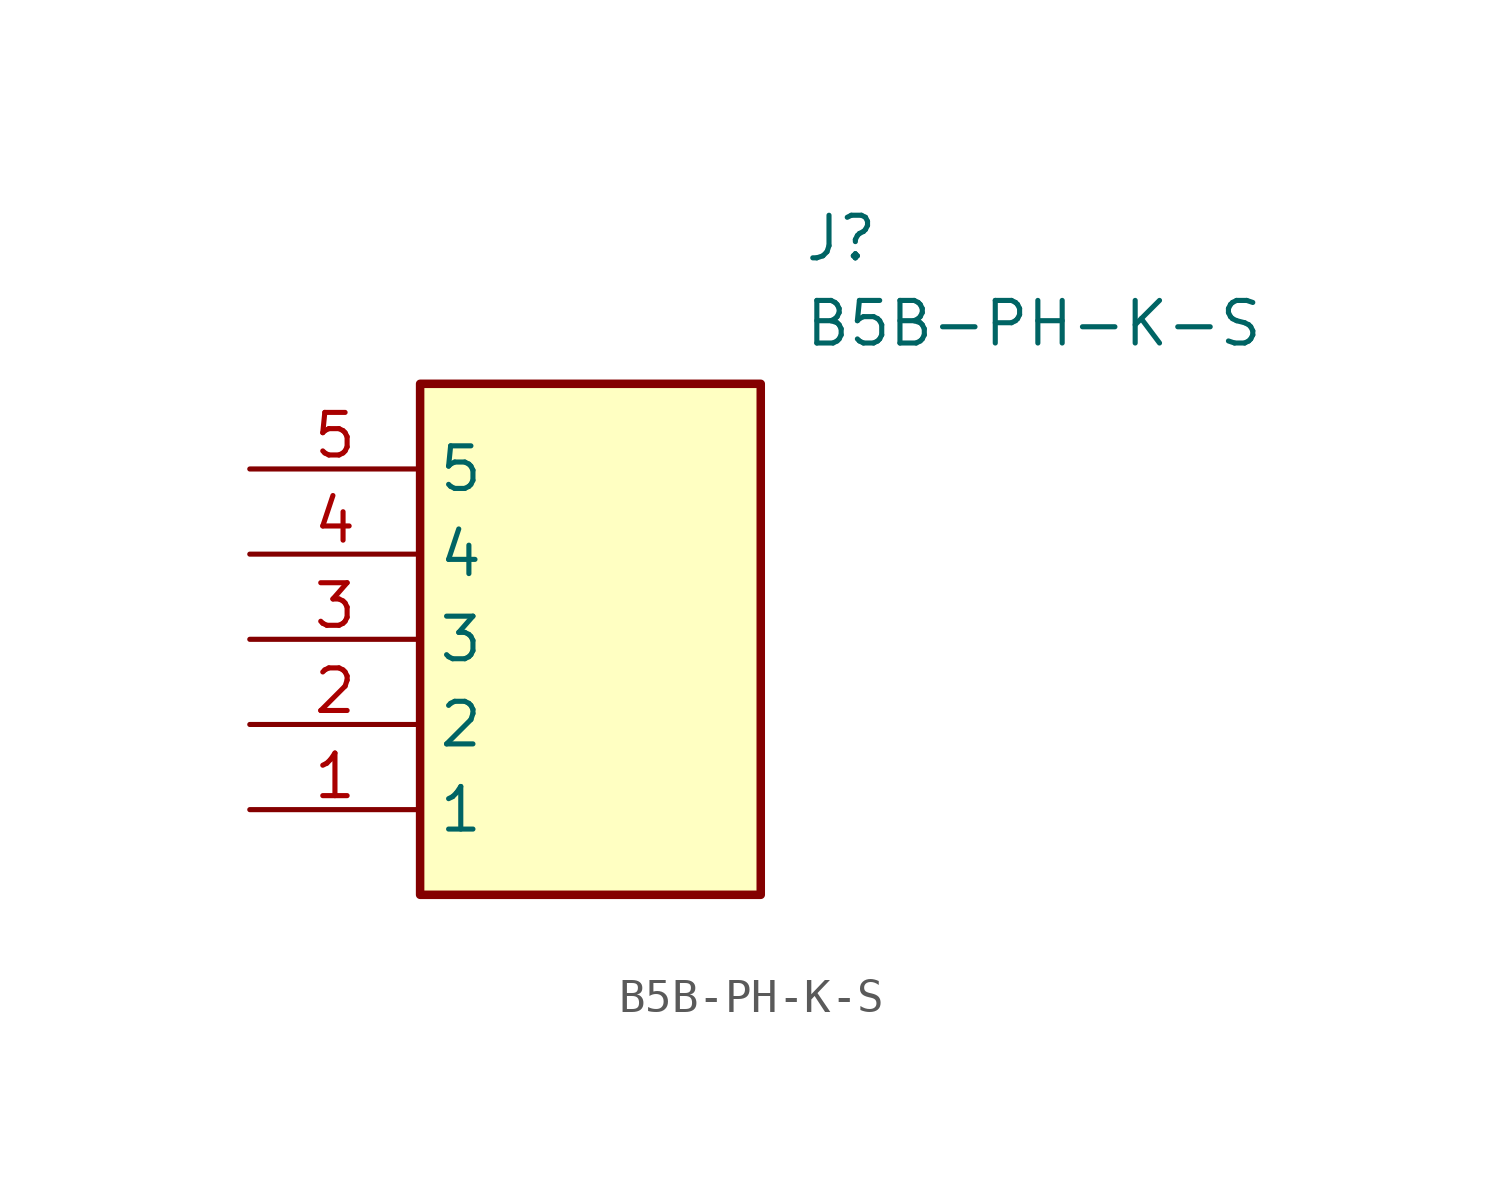
<source format=kicad_sym>
(kicad_symbol_lib
  (version 20211014)
  (generator SamacSys_ECAD_Model)
  (symbol "B5B-PH-K-S"
    (property "Reference" "J"
      (at 16.51 7.62 0)
      (effects (font (size 1.27 1.27)) (justify left top)))
    (property "Value" "B5B-PH-K-S"
      (at 16.51 5.08 0)
      (effects (font (size 1.27 1.27)) (justify left top)))
    (rectangle
      (start 5.08 2.54)
      (end 15.24 -12.7)
      (stroke (width 0.254) (type default))
      (fill (type background)))
    (pin passive line
      (at 0 -10.16 0)
      (length 5.08)
      (name "1" (effects (font (size 1.27 1.27))))
      (number "1" (effects (font (size 1.27 1.27)))))
    (pin passive line
      (at 0 -7.62 0)
      (length 5.08)
      (name "2" (effects (font (size 1.27 1.27))))
      (number "2" (effects (font (size 1.27 1.27)))))
    (pin passive line
      (at 0 -5.08 0)
      (length 5.08)
      (name "3" (effects (font (size 1.27 1.27))))
      (number "3" (effects (font (size 1.27 1.27)))))
    (pin passive line
      (at 0 -2.54 0)
      (length 5.08)
      (name "4" (effects (font (size 1.27 1.27))))
      (number "4" (effects (font (size 1.27 1.27)))))
    (pin passive line
      (at 0 0 0)
      (length 5.08)
      (name "5" (effects (font (size 1.27 1.27))))
      (number "5" (effects (font (size 1.27 1.27)))))))
</source>
